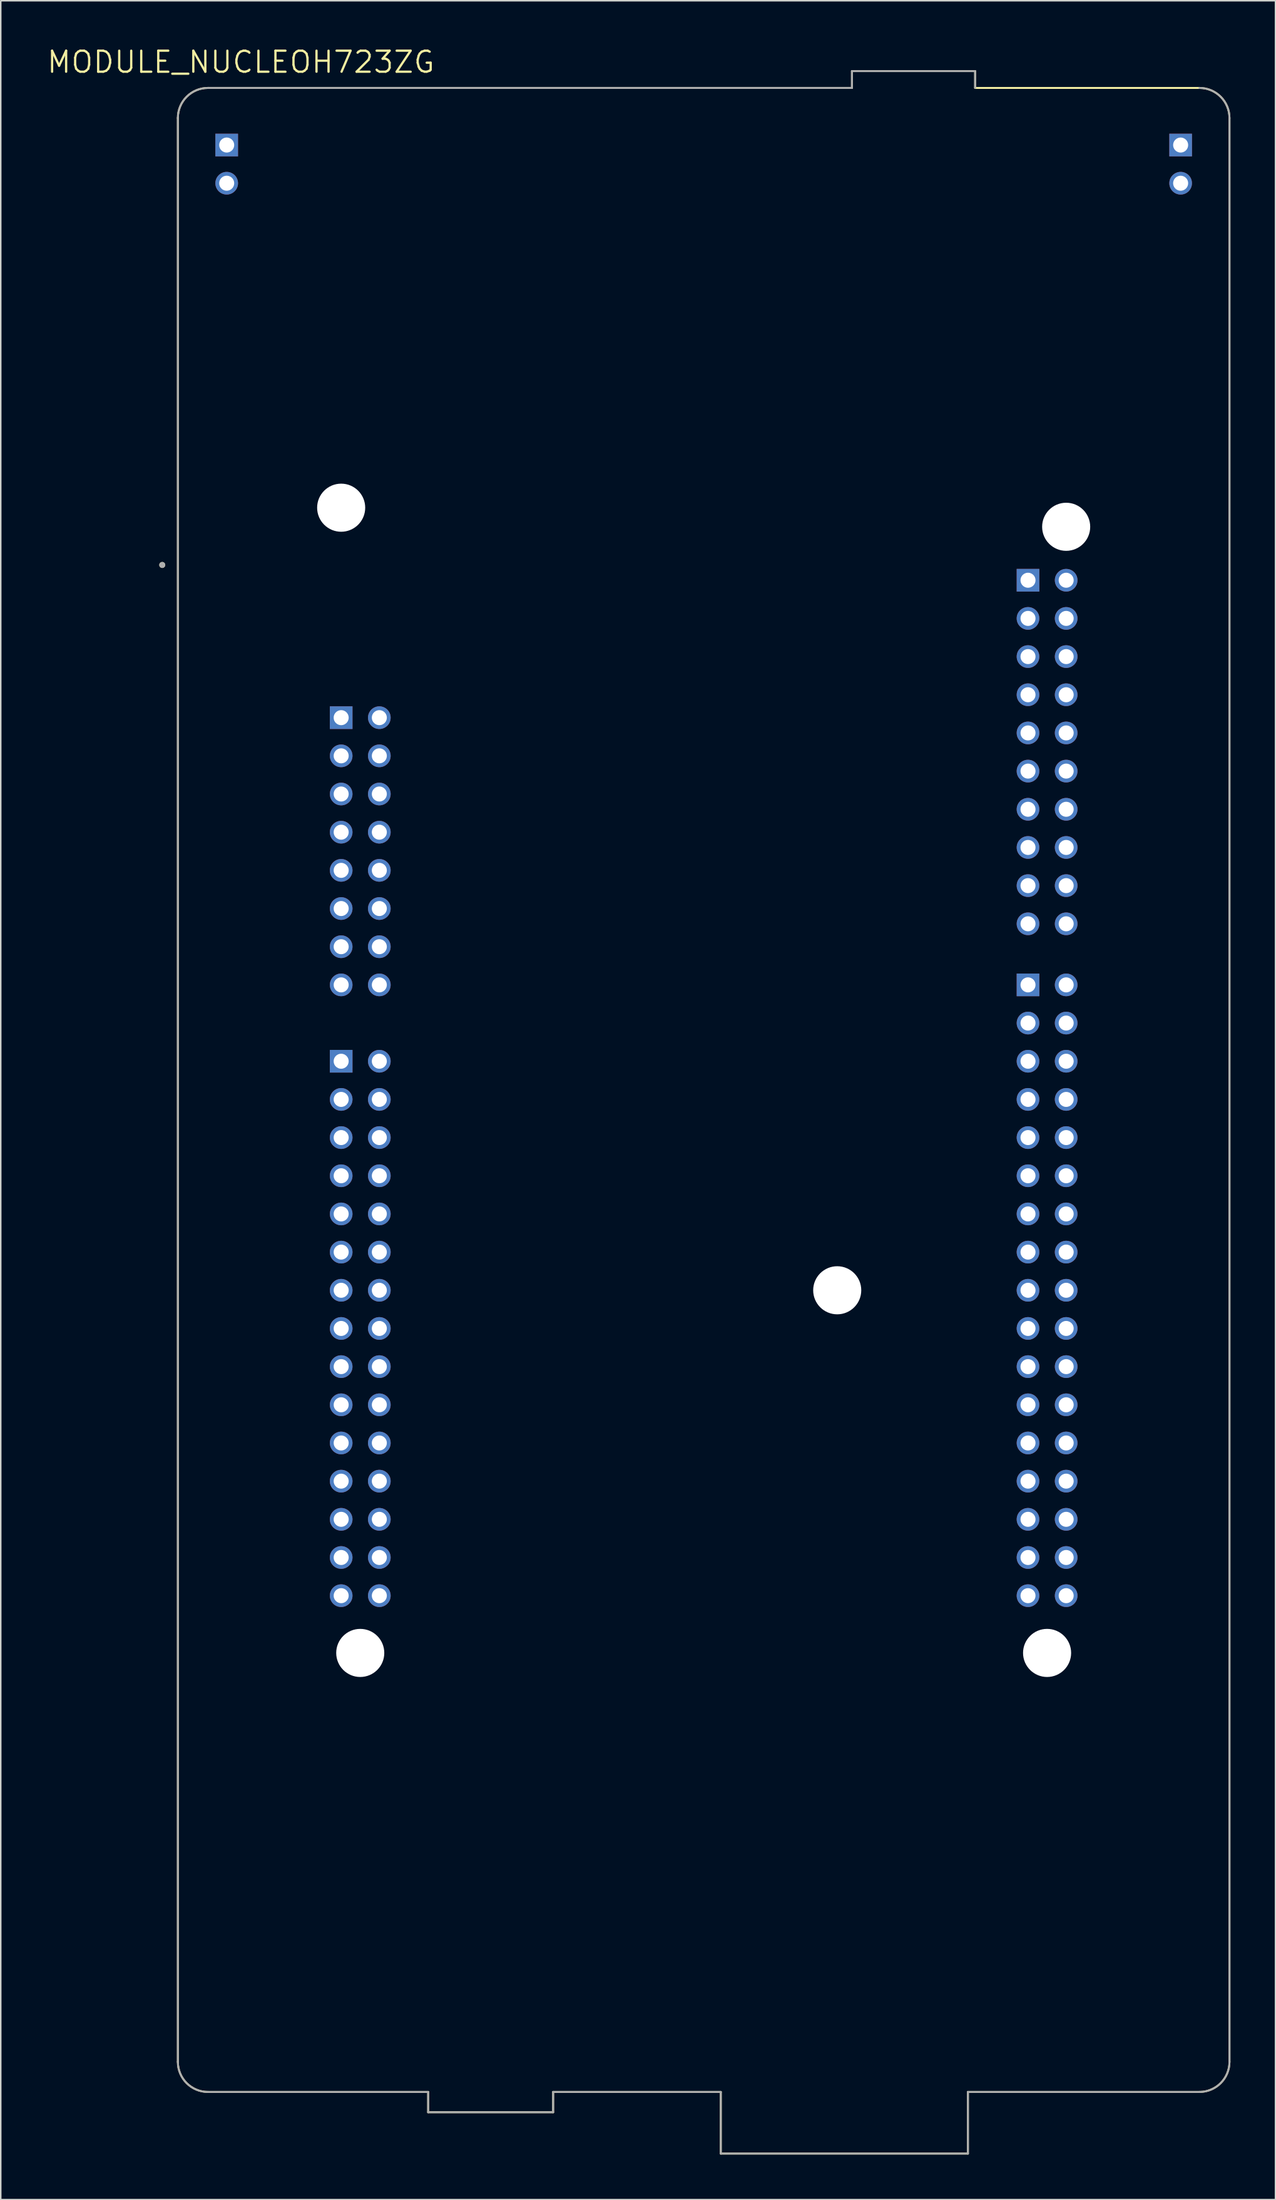
<source format=kicad_pcb>
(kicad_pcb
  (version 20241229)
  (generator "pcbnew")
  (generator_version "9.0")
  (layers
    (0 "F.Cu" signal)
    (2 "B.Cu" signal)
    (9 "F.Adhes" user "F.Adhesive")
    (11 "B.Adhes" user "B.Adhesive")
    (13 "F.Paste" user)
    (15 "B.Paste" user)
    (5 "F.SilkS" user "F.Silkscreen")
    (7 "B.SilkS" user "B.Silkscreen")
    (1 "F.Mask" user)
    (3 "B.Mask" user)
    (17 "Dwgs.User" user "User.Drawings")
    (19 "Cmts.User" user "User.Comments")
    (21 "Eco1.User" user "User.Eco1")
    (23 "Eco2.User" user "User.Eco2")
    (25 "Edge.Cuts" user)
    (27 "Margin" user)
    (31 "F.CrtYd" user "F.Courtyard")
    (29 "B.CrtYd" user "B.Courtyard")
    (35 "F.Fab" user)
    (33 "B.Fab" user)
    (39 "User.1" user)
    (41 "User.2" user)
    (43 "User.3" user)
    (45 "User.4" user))
  (footprint "MODULE_NUCLEOH723ZG"
    (layer "F.Cu")
    (at 43.79 69.471)
    (property "Reference" "MODULE_NUCLEOH723ZG" (at -30.805 -68.389 0) (layer "F.SilkS") (effects (font (size 1.4 1.4) (thickness 0.15))))
    (attr through_hole)
    (fp_line (start -35 -64.67) (end -35 64.67) (stroke (width 0.127) (type solid)) (layer "F.SilkS"))
    (fp_line (start -33 66.67) (end -18.34 66.67) (stroke (width 0.127) (type solid)) (layer "F.SilkS"))
    (fp_line (start -18.34 66.67) (end -18.34 68.02) (stroke (width 0.127) (type solid)) (layer "F.SilkS"))
    (fp_line (start -18.34 68.02) (end -10.02 68.02) (stroke (width 0.127) (type solid)) (layer "F.SilkS"))
    (fp_line (start -10.02 66.67) (end 1.14 66.67) (stroke (width 0.127) (type solid)) (layer "F.SilkS"))
    (fp_line (start -10.02 68.02) (end -10.02 66.67) (stroke (width 0.127) (type solid)) (layer "F.SilkS"))
    (fp_line (start 1.14 66.67) (end 1.14 70.77) (stroke (width 0.127) (type solid)) (layer "F.SilkS"))
    (fp_line (start 1.14 70.77) (end 17.59 70.77) (stroke (width 0.127) (type solid)) (layer "F.SilkS"))
    (fp_line (start 9.87 -67.79) (end 9.87 -66.67) (stroke (width 0.127) (type solid)) (layer "F.SilkS"))
    (fp_line (start 9.87 -66.67) (end -33 -66.67) (stroke (width 0.127) (type solid)) (layer "F.SilkS"))
    (fp_line (start 17.59 66.67) (end 33 66.67) (stroke (width 0.127) (type solid)) (layer "F.SilkS"))
    (fp_line (start 17.59 70.77) (end 17.59 66.67) (stroke (width 0.127) (type solid)) (layer "F.SilkS"))
    (fp_line (start 18.07 -67.79) (end 9.87 -67.79) (stroke (width 0.127) (type solid)) (layer "F.SilkS"))
    (fp_line (start 18.07 -66.67) (end 18.07 -67.79) (stroke (width 0.127) (type solid)) (layer "F.SilkS"))
    (fp_line (start 33 -66.67) (end 18.07 -66.67) (stroke (width 0.127) (type solid)) (layer "F.SilkS"))
    (fp_line (start 35 64.67) (end 35 -64.67) (stroke (width 0.127) (type solid)) (layer "F.SilkS"))
    (fp_arc (start -35 -64.67) (mid -34.414214 -66.084214) (end -33 -66.67) (stroke (width 0.127) (type solid)) (layer "F.SilkS"))
    (fp_arc (start -33 66.67) (mid -34.414214 66.084214) (end -35 64.67) (stroke (width 0.127) (type solid)) (layer "F.SilkS"))
    (fp_arc (start 33 -66.67) (mid 34.414214 -66.084214) (end 35 -64.67) (stroke (width 0.127) (type solid)) (layer "F.SilkS"))
    (fp_arc (start 35 64.67) (mid 34.414214 66.084214) (end 33 66.67) (stroke (width 0.127) (type solid)) (layer "F.SilkS"))
    (fp_circle (center -36.04 -34.93) (end -35.94 -34.93) (stroke (width 0.2) (type solid)) (fill no) (layer "F.SilkS"))
    (fp_line (start -35 -64.67) (end -35 64.67) (stroke (width 0.127) (type solid)) (layer "F.Fab"))
    (fp_line (start -33 66.67) (end -18.34 66.67) (stroke (width 0.127) (type solid)) (layer "F.Fab"))
    (fp_line (start -18.34 66.67) (end -18.34 68.02) (stroke (width 0.127) (type solid)) (layer "F.Fab"))
    (fp_line (start -18.34 68.02) (end -10.02 68.02) (stroke (width 0.127) (type solid)) (layer "F.Fab"))
    (fp_line (start -10.02 66.67) (end 1.14 66.67) (stroke (width 0.127) (type solid)) (layer "F.Fab"))
    (fp_line (start -10.02 68.02) (end -10.02 66.67) (stroke (width 0.127) (type solid)) (layer "F.Fab"))
    (fp_line (start 1.14 66.67) (end 1.14 70.77) (stroke (width 0.127) (type solid)) (layer "F.Fab"))
    (fp_line (start 1.14 70.77) (end 17.59 70.77) (stroke (width 0.127) (type solid)) (layer "F.Fab"))
    (fp_line (start 9.87 -67.79) (end 9.87 -66.67) (stroke (width 0.127) (type solid)) (layer "F.Fab"))
    (fp_line (start 9.87 -66.67) (end -33 -66.67) (stroke (width 0.127) (type solid)) (layer "F.Fab"))
    (fp_line (start 17.59 66.67) (end 33 66.67) (stroke (width 0.127) (type solid)) (layer "F.Fab"))
    (fp_line (start 17.59 70.77) (end 17.59 66.67) (stroke (width 0.127) (type solid)) (layer "F.Fab"))
    (fp_line (start 18.07 -67.79) (end 9.87 -67.79) (stroke (width 0.127) (type solid)) (layer "F.Fab"))
    (fp_line (start 18.07 -66.67) (end 18.07 -67.79) (stroke (width 0.127) (type solid)) (layer "F.Fab"))
    (fp_line (start 35 64.67) (end 35 -64.67) (stroke (width 0.127) (type solid)) (layer "F.Fab"))
    (fp_arc (start -35 -64.67) (mid -34.414214 -66.084214) (end -33 -66.67) (stroke (width 0.127) (type solid)) (layer "F.Fab"))
    (fp_arc (start -33 66.67) (mid -34.414214 66.084214) (end -35 64.67) (stroke (width 0.127) (type solid)) (layer "F.Fab"))
    (fp_arc (start 33 -66.67) (mid 34.414214 -66.084214) (end 35 -64.67) (stroke (width 0.127) (type solid)) (layer "F.Fab"))
    (fp_arc (start 35 64.67) (mid 34.414214 66.084214) (end 33 66.67) (stroke (width 0.127) (type solid)) (layer "F.Fab"))
    (fp_circle (center -36.04 -34.93) (end -35.94 -34.93) (stroke (width 0.2) (type solid)) (fill no) (layer "F.Fab"))
    (pad "" np_thru_hole circle (at -24.13 -38.74) (size 3.2 3.2) (drill 3.2) (layers "*.Cu" "*.Mask"))
    (pad "" np_thru_hole circle (at -22.86 37.46) (size 3.2 3.2) (drill 3.2) (layers "*.Cu" "*.Mask"))
    (pad "" np_thru_hole circle (at 8.89 13.33) (size 3.2 3.2) (drill 3.2) (layers "*.Cu" "*.Mask"))
    (pad "" np_thru_hole circle (at 22.86 37.46) (size 3.2 3.2) (drill 3.2) (layers "*.Cu" "*.Mask"))
    (pad "" np_thru_hole circle (at 24.13 -37.47) (size 3.2 3.2) (drill 3.2) (layers "*.Cu" "*.Mask"))
    (pad "CN3_1" thru_hole rect (at -31.75 -62.87) (size 1.508 1.508) (drill 1) (layers "*.Cu" "*.Mask"))
    (pad "CN3_2" thru_hole circle (at -31.75 -60.33) (size 1.508 1.508) (drill 1) (layers "*.Cu" "*.Mask"))
    (pad "CN4_1" thru_hole rect (at 31.75 -62.87) (size 1.508 1.508) (drill 1) (layers "*.Cu" "*.Mask"))
    (pad "CN4_2" thru_hole circle (at 31.75 -60.33) (size 1.508 1.508) (drill 1) (layers "*.Cu" "*.Mask"))
    (pad "CN7_1" thru_hole rect (at 21.59 -33.914) (size 1.508 1.508) (drill 1) (layers "*.Cu" "*.Mask"))
    (pad "CN7_2" thru_hole circle (at 24.13 -33.914) (size 1.508 1.508) (drill 1) (layers "*.Cu" "*.Mask"))
    (pad "CN7_3" thru_hole circle (at 21.59 -31.374) (size 1.508 1.508) (drill 1) (layers "*.Cu" "*.Mask"))
    (pad "CN7_4" thru_hole circle (at 24.13 -31.374) (size 1.508 1.508) (drill 1) (layers "*.Cu" "*.Mask"))
    (pad "CN7_5" thru_hole circle (at 21.59 -28.834) (size 1.508 1.508) (drill 1) (layers "*.Cu" "*.Mask"))
    (pad "CN7_6" thru_hole circle (at 24.13 -28.834) (size 1.508 1.508) (drill 1) (layers "*.Cu" "*.Mask"))
    (pad "CN7_7" thru_hole circle (at 21.59 -26.294) (size 1.508 1.508) (drill 1) (layers "*.Cu" "*.Mask"))
    (pad "CN7_8" thru_hole circle (at 24.13 -26.294) (size 1.508 1.508) (drill 1) (layers "*.Cu" "*.Mask"))
    (pad "CN7_9" thru_hole circle (at 21.59 -23.754) (size 1.508 1.508) (drill 1) (layers "*.Cu" "*.Mask"))
    (pad "CN7_10" thru_hole circle (at 24.13 -23.754) (size 1.508 1.508) (drill 1) (layers "*.Cu" "*.Mask"))
    (pad "CN7_11" thru_hole circle (at 21.59 -21.214) (size 1.508 1.508) (drill 1) (layers "*.Cu" "*.Mask"))
    (pad "CN7_12" thru_hole circle (at 24.13 -21.214) (size 1.508 1.508) (drill 1) (layers "*.Cu" "*.Mask"))
    (pad "CN7_13" thru_hole circle (at 21.59 -18.674) (size 1.508 1.508) (drill 1) (layers "*.Cu" "*.Mask"))
    (pad "CN7_14" thru_hole circle (at 24.13 -18.674) (size 1.508 1.508) (drill 1) (layers "*.Cu" "*.Mask"))
    (pad "CN7_15" thru_hole circle (at 21.59 -16.134) (size 1.508 1.508) (drill 1) (layers "*.Cu" "*.Mask"))
    (pad "CN7_16" thru_hole circle (at 24.13 -16.134) (size 1.508 1.508) (drill 1) (layers "*.Cu" "*.Mask"))
    (pad "CN7_17" thru_hole circle (at 21.59 -13.594) (size 1.508 1.508) (drill 1) (layers "*.Cu" "*.Mask"))
    (pad "CN7_18" thru_hole circle (at 24.13 -13.594) (size 1.508 1.508) (drill 1) (layers "*.Cu" "*.Mask"))
    (pad "CN7_19" thru_hole circle (at 21.59 -11.054) (size 1.508 1.508) (drill 1) (layers "*.Cu" "*.Mask"))
    (pad "CN7_20" thru_hole circle (at 24.13 -11.054) (size 1.508 1.508) (drill 1) (layers "*.Cu" "*.Mask"))
    (pad "CN8_1" thru_hole rect (at -24.13 -24.77) (size 1.508 1.508) (drill 1) (layers "*.Cu" "*.Mask"))
    (pad "CN8_2" thru_hole circle (at -21.59 -24.77) (size 1.508 1.508) (drill 1) (layers "*.Cu" "*.Mask"))
    (pad "CN8_3" thru_hole circle (at -24.13 -22.23) (size 1.508 1.508) (drill 1) (layers "*.Cu" "*.Mask"))
    (pad "CN8_4" thru_hole circle (at -21.59 -22.23) (size 1.508 1.508) (drill 1) (layers "*.Cu" "*.Mask"))
    (pad "CN8_5" thru_hole circle (at -24.13 -19.69) (size 1.508 1.508) (drill 1) (layers "*.Cu" "*.Mask"))
    (pad "CN8_6" thru_hole circle (at -21.59 -19.69) (size 1.508 1.508) (drill 1) (layers "*.Cu" "*.Mask"))
    (pad "CN8_7" thru_hole circle (at -24.13 -17.15) (size 1.508 1.508) (drill 1) (layers "*.Cu" "*.Mask"))
    (pad "CN8_8" thru_hole circle (at -21.59 -17.15) (size 1.508 1.508) (drill 1) (layers "*.Cu" "*.Mask"))
    (pad "CN8_9" thru_hole circle (at -24.13 -14.61) (size 1.508 1.508) (drill 1) (layers "*.Cu" "*.Mask"))
    (pad "CN8_10" thru_hole circle (at -21.59 -14.61) (size 1.508 1.508) (drill 1) (layers "*.Cu" "*.Mask"))
    (pad "CN8_11" thru_hole circle (at -24.13 -12.07) (size 1.508 1.508) (drill 1) (layers "*.Cu" "*.Mask"))
    (pad "CN8_12" thru_hole circle (at -21.59 -12.07) (size 1.508 1.508) (drill 1) (layers "*.Cu" "*.Mask"))
    (pad "CN8_13" thru_hole circle (at -24.13 -9.53) (size 1.508 1.508) (drill 1) (layers "*.Cu" "*.Mask"))
    (pad "CN8_14" thru_hole circle (at -21.59 -9.53) (size 1.508 1.508) (drill 1) (layers "*.Cu" "*.Mask"))
    (pad "CN8_15" thru_hole circle (at -24.13 -6.99) (size 1.508 1.508) (drill 1) (layers "*.Cu" "*.Mask"))
    (pad "CN8_16" thru_hole circle (at -21.59 -6.99) (size 1.508 1.508) (drill 1) (layers "*.Cu" "*.Mask"))
    (pad "CN9_1" thru_hole rect (at -24.13 -1.91) (size 1.508 1.508) (drill 1) (layers "*.Cu" "*.Mask"))
    (pad "CN9_2" thru_hole circle (at -21.59 -1.91) (size 1.508 1.508) (drill 1) (layers "*.Cu" "*.Mask"))
    (pad "CN9_3" thru_hole circle (at -24.13 0.63) (size 1.508 1.508) (drill 1) (layers "*.Cu" "*.Mask"))
    (pad "CN9_4" thru_hole circle (at -21.59 0.63) (size 1.508 1.508) (drill 1) (layers "*.Cu" "*.Mask"))
    (pad "CN9_5" thru_hole circle (at -24.13 3.17) (size 1.508 1.508) (drill 1) (layers "*.Cu" "*.Mask"))
    (pad "CN9_6" thru_hole circle (at -21.59 3.17) (size 1.508 1.508) (drill 1) (layers "*.Cu" "*.Mask"))
    (pad "CN9_7" thru_hole circle (at -24.13 5.71) (size 1.508 1.508) (drill 1) (layers "*.Cu" "*.Mask"))
    (pad "CN9_8" thru_hole circle (at -21.59 5.71) (size 1.508 1.508) (drill 1) (layers "*.Cu" "*.Mask"))
    (pad "CN9_9" thru_hole circle (at -24.13 8.25) (size 1.508 1.508) (drill 1) (layers "*.Cu" "*.Mask"))
    (pad "CN9_10" thru_hole circle (at -21.59 8.25) (size 1.508 1.508) (drill 1) (layers "*.Cu" "*.Mask"))
    (pad "CN9_11" thru_hole circle (at -24.13 10.79) (size 1.508 1.508) (drill 1) (layers "*.Cu" "*.Mask"))
    (pad "CN9_12" thru_hole circle (at -21.59 10.79) (size 1.508 1.508) (drill 1) (layers "*.Cu" "*.Mask"))
    (pad "CN9_13" thru_hole circle (at -24.13 13.33) (size 1.508 1.508) (drill 1) (layers "*.Cu" "*.Mask"))
    (pad "CN9_14" thru_hole circle (at -21.59 13.33) (size 1.508 1.508) (drill 1) (layers "*.Cu" "*.Mask"))
    (pad "CN9_15" thru_hole circle (at -24.13 15.87) (size 1.508 1.508) (drill 1) (layers "*.Cu" "*.Mask"))
    (pad "CN9_16" thru_hole circle (at -21.59 15.87) (size 1.508 1.508) (drill 1) (layers "*.Cu" "*.Mask"))
    (pad "CN9_17" thru_hole circle (at -24.13 18.41) (size 1.508 1.508) (drill 1) (layers "*.Cu" "*.Mask"))
    (pad "CN9_18" thru_hole circle (at -21.59 18.41) (size 1.508 1.508) (drill 1) (layers "*.Cu" "*.Mask"))
    (pad "CN9_19" thru_hole circle (at -24.13 20.95) (size 1.508 1.508) (drill 1) (layers "*.Cu" "*.Mask"))
    (pad "CN9_20" thru_hole circle (at -21.59 20.95) (size 1.508 1.508) (drill 1) (layers "*.Cu" "*.Mask"))
    (pad "CN9_21" thru_hole circle (at -24.13 23.49) (size 1.508 1.508) (drill 1) (layers "*.Cu" "*.Mask"))
    (pad "CN9_22" thru_hole circle (at -21.59 23.49) (size 1.508 1.508) (drill 1) (layers "*.Cu" "*.Mask"))
    (pad "CN9_23" thru_hole circle (at -24.13 26.03) (size 1.508 1.508) (drill 1) (layers "*.Cu" "*.Mask"))
    (pad "CN9_24" thru_hole circle (at -21.59 26.03) (size 1.508 1.508) (drill 1) (layers "*.Cu" "*.Mask"))
    (pad "CN9_25" thru_hole circle (at -24.13 28.57) (size 1.508 1.508) (drill 1) (layers "*.Cu" "*.Mask"))
    (pad "CN9_26" thru_hole circle (at -21.59 28.57) (size 1.508 1.508) (drill 1) (layers "*.Cu" "*.Mask"))
    (pad "CN9_27" thru_hole circle (at -24.13 31.11) (size 1.508 1.508) (drill 1) (layers "*.Cu" "*.Mask"))
    (pad "CN9_28" thru_hole circle (at -21.59 31.11) (size 1.508 1.508) (drill 1) (layers "*.Cu" "*.Mask"))
    (pad "CN9_29" thru_hole circle (at -24.13 33.65) (size 1.508 1.508) (drill 1) (layers "*.Cu" "*.Mask"))
    (pad "CN9_30" thru_hole circle (at -21.59 33.65) (size 1.508 1.508) (drill 1) (layers "*.Cu" "*.Mask"))
    (pad "CN10_1" thru_hole rect (at 21.59 -6.99) (size 1.508 1.508) (drill 1) (layers "*.Cu" "*.Mask"))
    (pad "CN10_2" thru_hole circle (at 24.13 -6.99) (size 1.508 1.508) (drill 1) (layers "*.Cu" "*.Mask"))
    (pad "CN10_3" thru_hole circle (at 21.59 -4.45) (size 1.508 1.508) (drill 1) (layers "*.Cu" "*.Mask"))
    (pad "CN10_4" thru_hole circle (at 24.13 -4.45) (size 1.508 1.508) (drill 1) (layers "*.Cu" "*.Mask"))
    (pad "CN10_5" thru_hole circle (at 21.59 -1.91) (size 1.508 1.508) (drill 1) (layers "*.Cu" "*.Mask"))
    (pad "CN10_6" thru_hole circle (at 24.13 -1.91) (size 1.508 1.508) (drill 1) (layers "*.Cu" "*.Mask"))
    (pad "CN10_7" thru_hole circle (at 21.59 0.63) (size 1.508 1.508) (drill 1) (layers "*.Cu" "*.Mask"))
    (pad "CN10_8" thru_hole circle (at 24.13 0.63) (size 1.508 1.508) (drill 1) (layers "*.Cu" "*.Mask"))
    (pad "CN10_9" thru_hole circle (at 21.59 3.17) (size 1.508 1.508) (drill 1) (layers "*.Cu" "*.Mask"))
    (pad "CN10_10" thru_hole circle (at 24.13 3.17) (size 1.508 1.508) (drill 1) (layers "*.Cu" "*.Mask"))
    (pad "CN10_11" thru_hole circle (at 21.59 5.71) (size 1.508 1.508) (drill 1) (layers "*.Cu" "*.Mask"))
    (pad "CN10_12" thru_hole circle (at 24.13 5.71) (size 1.508 1.508) (drill 1) (layers "*.Cu" "*.Mask"))
    (pad "CN10_13" thru_hole circle (at 21.59 8.25) (size 1.508 1.508) (drill 1) (layers "*.Cu" "*.Mask"))
    (pad "CN10_14" thru_hole circle (at 24.13 8.25) (size 1.508 1.508) (drill 1) (layers "*.Cu" "*.Mask"))
    (pad "CN10_15" thru_hole circle (at 21.59 10.79) (size 1.508 1.508) (drill 1) (layers "*.Cu" "*.Mask"))
    (pad "CN10_16" thru_hole circle (at 24.13 10.79) (size 1.508 1.508) (drill 1) (layers "*.Cu" "*.Mask"))
    (pad "CN10_17" thru_hole circle (at 21.59 13.33) (size 1.508 1.508) (drill 1) (layers "*.Cu" "*.Mask"))
    (pad "CN10_18" thru_hole circle (at 24.13 13.33) (size 1.508 1.508) (drill 1) (layers "*.Cu" "*.Mask"))
    (pad "CN10_19" thru_hole circle (at 21.59 15.87) (size 1.508 1.508) (drill 1) (layers "*.Cu" "*.Mask"))
    (pad "CN10_20" thru_hole circle (at 24.13 15.87) (size 1.508 1.508) (drill 1) (layers "*.Cu" "*.Mask"))
    (pad "CN10_21" thru_hole circle (at 21.59 18.41) (size 1.508 1.508) (drill 1) (layers "*.Cu" "*.Mask"))
    (pad "CN10_22" thru_hole circle (at 24.13 18.41) (size 1.508 1.508) (drill 1) (layers "*.Cu" "*.Mask"))
    (pad "CN10_23" thru_hole circle (at 21.59 20.95) (size 1.508 1.508) (drill 1) (layers "*.Cu" "*.Mask"))
    (pad "CN10_24" thru_hole circle (at 24.13 20.95) (size 1.508 1.508) (drill 1) (layers "*.Cu" "*.Mask"))
    (pad "CN10_25" thru_hole circle (at 21.59 23.49) (size 1.508 1.508) (drill 1) (layers "*.Cu" "*.Mask"))
    (pad "CN10_26" thru_hole circle (at 24.13 23.49) (size 1.508 1.508) (drill 1) (layers "*.Cu" "*.Mask"))
    (pad "CN10_27" thru_hole circle (at 21.59 26.03) (size 1.508 1.508) (drill 1) (layers "*.Cu" "*.Mask"))
    (pad "CN10_28" thru_hole circle (at 24.13 26.03) (size 1.508 1.508) (drill 1) (layers "*.Cu" "*.Mask"))
    (pad "CN10_29" thru_hole circle (at 21.59 28.57) (size 1.508 1.508) (drill 1) (layers "*.Cu" "*.Mask"))
    (pad "CN10_30" thru_hole circle (at 24.13 28.57) (size 1.508 1.508) (drill 1) (layers "*.Cu" "*.Mask"))
    (pad "CN10_31" thru_hole circle (at 21.59 31.11) (size 1.508 1.508) (drill 1) (layers "*.Cu" "*.Mask"))
    (pad "CN10_32" thru_hole circle (at 24.13 31.11) (size 1.508 1.508) (drill 1) (layers "*.Cu" "*.Mask"))
    (pad "CN10_33" thru_hole circle (at 21.59 33.65) (size 1.508 1.508) (drill 1) (layers "*.Cu" "*.Mask"))
    (pad "CN10_34" thru_hole circle (at 24.13 33.65) (size 1.508 1.508) (drill 1) (layers "*.Cu" "*.Mask")))
  (gr_rect
    (start -3 -3)
    (end 81.853 143.305)
    (stroke (width 0.1) (type default))
    (fill no)
    (layer "Edge.Cuts")))
</source>
